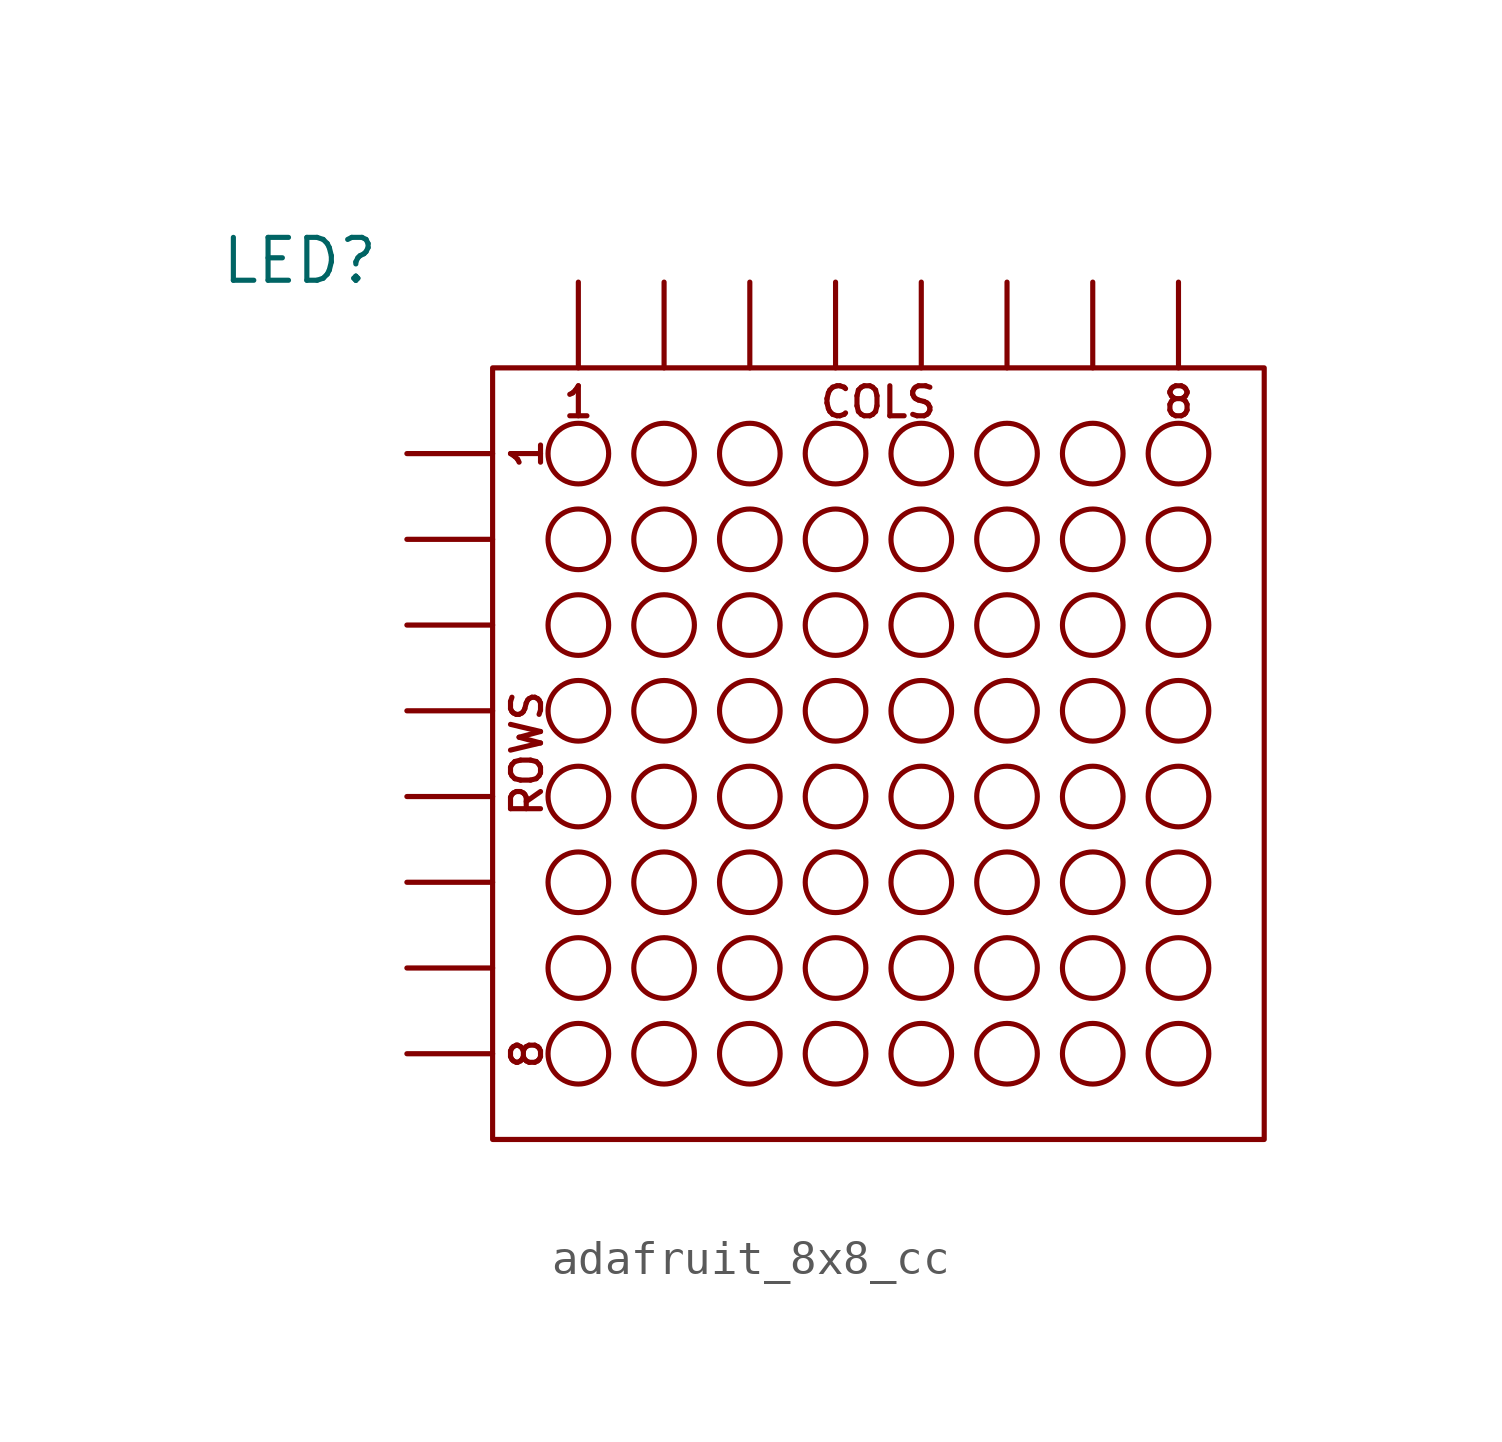
<source format=kicad_sym>
(kicad_symbol_lib
  (version 20220914)
  (generator kicad_symbol_editor)
  (symbol "adafruit_8x8_cc"
    (pin_numbers hide)
    (pin_names hide)
    (property "Reference" "LED"
      (at -3.175 9.525 0)
      (effects (font (size 1.27 1.27))))
    (property "Value" ""
      (at 0 3.81 0)
      (effects (font (size 1.27 1.27))))
    (symbol "adafruit_8x8_cc_0_1"
      (rectangle (start 2.54 6.35) (end 25.4 -16.51) (stroke (width 0) (type default)) (fill (type none)))
      (circle (center 5.08 -13.97) (radius 0.898) (stroke (width 0) (type default)) (fill (type none)))
      (circle (center 5.08 -11.43) (radius 0.898) (stroke (width 0) (type default)) (fill (type none)))
      (circle (center 5.08 -8.89) (radius 0.898) (stroke (width 0) (type default)) (fill (type none)))
      (circle (center 5.08 -6.35) (radius 0.898) (stroke (width 0) (type default)) (fill (type none)))
      (circle (center 5.08 -3.81) (radius 0.898) (stroke (width 0) (type default)) (fill (type none)))
      (circle (center 5.08 -1.27) (radius 0.898) (stroke (width 0) (type default)) (fill (type none)))
      (circle (center 5.08 1.27) (radius 0.898) (stroke (width 0) (type default)) (fill (type none)))
      (circle (center 5.08 3.81) (radius 0.898) (stroke (width 0) (type default)) (fill (type none)))
      (circle (center 7.62 -13.97) (radius 0.898) (stroke (width 0) (type default)) (fill (type none)))
      (circle (center 7.62 -11.43) (radius 0.898) (stroke (width 0) (type default)) (fill (type none)))
      (circle (center 7.62 -8.89) (radius 0.898) (stroke (width 0) (type default)) (fill (type none)))
      (circle (center 7.62 -6.35) (radius 0.898) (stroke (width 0) (type default)) (fill (type none)))
      (circle (center 7.62 -3.81) (radius 0.898) (stroke (width 0) (type default)) (fill (type none)))
      (circle (center 7.62 -1.27) (radius 0.898) (stroke (width 0) (type default)) (fill (type none)))
      (circle (center 7.62 1.27) (radius 0.898) (stroke (width 0) (type default)) (fill (type none)))
      (circle (center 7.62 3.81) (radius 0.898) (stroke (width 0) (type default)) (fill (type none)))
      (circle (center 10.16 -13.97) (radius 0.898) (stroke (width 0) (type default)) (fill (type none)))
      (circle (center 10.16 -11.43) (radius 0.898) (stroke (width 0) (type default)) (fill (type none)))
      (circle (center 10.16 -8.89) (radius 0.898) (stroke (width 0) (type default)) (fill (type none)))
      (circle (center 10.16 -6.35) (radius 0.898) (stroke (width 0) (type default)) (fill (type none)))
      (circle (center 10.16 -3.81) (radius 0.898) (stroke (width 0) (type default)) (fill (type none)))
      (circle (center 10.16 -1.27) (radius 0.898) (stroke (width 0) (type default)) (fill (type none)))
      (circle (center 10.16 1.27) (radius 0.898) (stroke (width 0) (type default)) (fill (type none)))
      (circle (center 10.16 3.81) (radius 0.898) (stroke (width 0) (type default)) (fill (type none)))
      (circle (center 12.7 -13.97) (radius 0.898) (stroke (width 0) (type default)) (fill (type none)))
      (circle (center 12.7 -11.43) (radius 0.898) (stroke (width 0) (type default)) (fill (type none)))
      (circle (center 12.7 -8.89) (radius 0.898) (stroke (width 0) (type default)) (fill (type none)))
      (circle (center 12.7 -6.35) (radius 0.898) (stroke (width 0) (type default)) (fill (type none)))
      (circle (center 12.7 -3.81) (radius 0.898) (stroke (width 0) (type default)) (fill (type none)))
      (circle (center 12.7 -1.27) (radius 0.898) (stroke (width 0) (type default)) (fill (type none)))
      (circle (center 12.7 1.27) (radius 0.898) (stroke (width 0) (type default)) (fill (type none)))
      (circle (center 12.7 3.81) (radius 0.898) (stroke (width 0) (type default)) (fill (type none)))
      (circle (center 15.24 -13.97) (radius 0.898) (stroke (width 0) (type default)) (fill (type none)))
      (circle (center 15.24 -11.43) (radius 0.898) (stroke (width 0) (type default)) (fill (type none)))
      (circle (center 15.24 -8.89) (radius 0.898) (stroke (width 0) (type default)) (fill (type none)))
      (circle (center 15.24 -6.35) (radius 0.898) (stroke (width 0) (type default)) (fill (type none)))
      (circle (center 15.24 -3.81) (radius 0.898) (stroke (width 0) (type default)) (fill (type none)))
      (circle (center 15.24 -1.27) (radius 0.898) (stroke (width 0) (type default)) (fill (type none)))
      (circle (center 15.24 1.27) (radius 0.898) (stroke (width 0) (type default)) (fill (type none)))
      (circle (center 15.24 3.81) (radius 0.898) (stroke (width 0) (type default)) (fill (type none)))
      (circle (center 17.78 -13.97) (radius 0.898) (stroke (width 0) (type default)) (fill (type none)))
      (circle (center 17.78 -11.43) (radius 0.898) (stroke (width 0) (type default)) (fill (type none)))
      (circle (center 17.78 -8.89) (radius 0.898) (stroke (width 0) (type default)) (fill (type none)))
      (circle (center 17.78 -6.35) (radius 0.898) (stroke (width 0) (type default)) (fill (type none)))
      (circle (center 17.78 -3.81) (radius 0.898) (stroke (width 0) (type default)) (fill (type none)))
      (circle (center 17.78 -1.27) (radius 0.898) (stroke (width 0) (type default)) (fill (type none)))
      (circle (center 17.78 1.27) (radius 0.898) (stroke (width 0) (type default)) (fill (type none)))
      (circle (center 17.78 3.81) (radius 0.898) (stroke (width 0) (type default)) (fill (type none)))
      (circle (center 20.32 -13.97) (radius 0.898) (stroke (width 0) (type default)) (fill (type none)))
      (circle (center 20.32 -11.43) (radius 0.898) (stroke (width 0) (type default)) (fill (type none)))
      (circle (center 20.32 -8.89) (radius 0.898) (stroke (width 0) (type default)) (fill (type none)))
      (circle (center 20.32 -6.35) (radius 0.898) (stroke (width 0) (type default)) (fill (type none)))
      (circle (center 20.32 -3.81) (radius 0.898) (stroke (width 0) (type default)) (fill (type none)))
      (circle (center 20.32 -1.27) (radius 0.898) (stroke (width 0) (type default)) (fill (type none)))
      (circle (center 20.32 1.27) (radius 0.898) (stroke (width 0) (type default)) (fill (type none)))
      (circle (center 20.32 3.81) (radius 0.898) (stroke (width 0) (type default)) (fill (type none)))
      (circle (center 22.86 -13.97) (radius 0.898) (stroke (width 0) (type default)) (fill (type none)))
      (circle (center 22.86 -11.43) (radius 0.898) (stroke (width 0) (type default)) (fill (type none)))
      (circle (center 22.86 -8.89) (radius 0.898) (stroke (width 0) (type default)) (fill (type none)))
      (circle (center 22.86 -6.35) (radius 0.898) (stroke (width 0) (type default)) (fill (type none)))
      (circle (center 22.86 -3.81) (radius 0.898) (stroke (width 0) (type default)) (fill (type none)))
      (circle (center 22.86 -1.27) (radius 0.898) (stroke (width 0) (type default)) (fill (type none)))
      (circle (center 22.86 1.27) (radius 0.898) (stroke (width 0) (type default)) (fill (type none)))
      (circle (center 22.86 3.81) (radius 0.898) (stroke (width 0) (type default)) (fill (type none))))
    (symbol "adafruit_8x8_cc_1_1"
      (text "1" (at 3.556 3.81 900) (effects (font (size 0.889 0.889))))
      (text "1" (at 5.08 5.334 0) (effects (font (size 0.889 0.889))))
      (text "8" (at 3.556 -13.97 900) (effects (font (size 0.889 0.889))))
      (text "8" (at 22.86 5.334 0) (effects (font (size 0.889 0.889))))
      (text "COLS" (at 13.97 5.334 0) (effects (font (size 0.889 0.889))))
      (text "ROWS" (at 3.556 -5.08 900) (effects (font (size 0.889 0.889))))
      (pin input line (at 0 -6.35 0) (length 2.54) (name "ROW5" (effects (font (size 1.27 1.27)))) (number "1" (effects (font (size 1.27 1.27)))))
      (pin input line (at 12.7 8.89 270) (length 2.54) (name "COL4" (effects (font (size 1.27 1.27)))) (number "10" (effects (font (size 1.27 1.27)))))
      (pin input line (at 17.78 8.89 270) (length 2.54) (name "COL6" (effects (font (size 1.27 1.27)))) (number "11" (effects (font (size 1.27 1.27)))))
      (pin input line (at 0 -3.81 0) (length 2.54) (name "ROW4" (effects (font (size 1.27 1.27)))) (number "12" (effects (font (size 1.27 1.27)))))
      (pin input line (at 5.08 8.89 270) (length 2.54) (name "COL1" (effects (font (size 1.27 1.27)))) (number "13" (effects (font (size 1.27 1.27)))))
      (pin input line (at 0 1.27 0) (length 2.54) (name "ROW2" (effects (font (size 1.27 1.27)))) (number "14" (effects (font (size 1.27 1.27)))))
      (pin input line (at 20.32 8.89 270) (length 2.54) (name "COL7" (effects (font (size 1.27 1.27)))) (number "15" (effects (font (size 1.27 1.27)))))
      (pin input line (at 22.86 8.89 270) (length 2.54) (name "COL8" (effects (font (size 1.27 1.27)))) (number "16" (effects (font (size 1.27 1.27)))))
      (pin input line (at 0 -11.43 0) (length 2.54) (name "ROW7" (effects (font (size 1.27 1.27)))) (number "2" (effects (font (size 1.27 1.27)))))
      (pin input line (at 7.62 8.89 270) (length 2.54) (name "COL2" (effects (font (size 1.27 1.27)))) (number "3" (effects (font (size 1.27 1.27)))))
      (pin input line (at 10.16 8.89 270) (length 2.54) (name "COL3" (effects (font (size 1.27 1.27)))) (number "4" (effects (font (size 1.27 1.27)))))
      (pin input line (at 0 -13.97 0) (length 2.54) (name "ROW8" (effects (font (size 1.27 1.27)))) (number "5" (effects (font (size 1.27 1.27)))))
      (pin input line (at 15.24 8.89 270) (length 2.54) (name "COL5" (effects (font (size 1.27 1.27)))) (number "6" (effects (font (size 1.27 1.27)))))
      (pin input line (at 0 -8.89 0) (length 2.54) (name "ROW6" (effects (font (size 1.27 1.27)))) (number "7" (effects (font (size 1.27 1.27)))))
      (pin input line (at 0 -1.27 0) (length 2.54) (name "ROW3" (effects (font (size 1.27 1.27)))) (number "8" (effects (font (size 1.27 1.27)))))
      (pin input line (at 0 3.81 0) (length 2.54) (name "ROW1" (effects (font (size 1.27 1.27)))) (number "9" (effects (font (size 1.27 1.27))))))))
</source>
